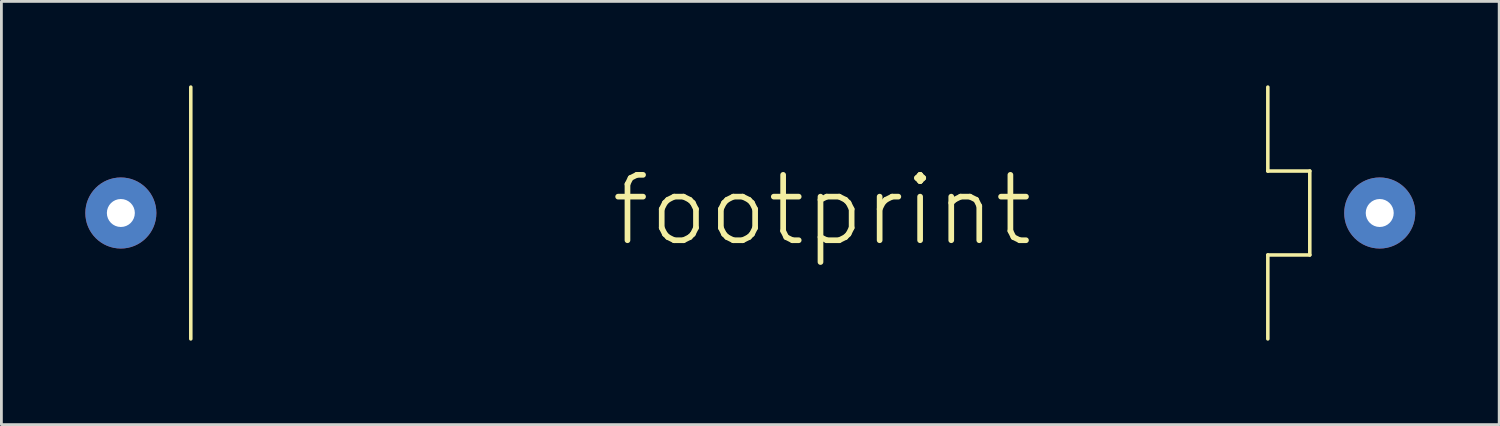
<source format=kicad_pcb>
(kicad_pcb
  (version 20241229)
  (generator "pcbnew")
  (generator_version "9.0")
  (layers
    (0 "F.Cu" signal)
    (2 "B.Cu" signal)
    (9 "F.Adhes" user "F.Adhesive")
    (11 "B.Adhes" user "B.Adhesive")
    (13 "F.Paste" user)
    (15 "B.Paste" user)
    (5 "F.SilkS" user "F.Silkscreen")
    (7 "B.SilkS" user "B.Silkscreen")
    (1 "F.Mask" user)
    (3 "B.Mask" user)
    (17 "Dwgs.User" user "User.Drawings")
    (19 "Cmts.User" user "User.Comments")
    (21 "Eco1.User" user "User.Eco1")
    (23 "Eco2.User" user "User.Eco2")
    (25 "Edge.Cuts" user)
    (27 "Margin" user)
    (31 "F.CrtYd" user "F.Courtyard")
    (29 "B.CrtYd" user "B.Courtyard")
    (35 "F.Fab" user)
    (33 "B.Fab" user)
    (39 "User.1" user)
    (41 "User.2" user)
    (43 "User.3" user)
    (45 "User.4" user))
  (footprint "footprint"
    (layer "F.Cu")
    (at 23.77 4.564)
    (property "Reference" "footprint" (at -5.08 1.27 0) (layer "F.SilkS") (effects (font (size 2.337 2.337) (thickness 0.203)) (justify left bottom)))
    (fp_line (start -20 -4.5) (end -20 4.5) (stroke (width 0.127) (type solid)) (layer "F.SilkS"))
    (fp_line (start 18.5 -1.5) (end 18.5 -4.5) (stroke (width 0.127) (type solid)) (layer "F.SilkS"))
    (fp_line (start 18.5 1.5) (end 20 1.5) (stroke (width 0.127) (type solid)) (layer "F.SilkS"))
    (fp_line (start 18.5 4.5) (end 18.5 1.5) (stroke (width 0.127) (type solid)) (layer "F.SilkS"))
    (fp_line (start 20 -1.5) (end 18.5 -1.5) (stroke (width 0.127) (type solid)) (layer "F.SilkS"))
    (fp_line (start 20 1.5) (end 20 -1.5) (stroke (width 0.127) (type solid)) (layer "F.SilkS"))
    (pad "+" thru_hole circle (at 22.5 0) (size 2.54 2.54) (drill 1) (layers "*.Cu" "*.Mask"))
    (pad "-" thru_hole circle (at -22.5 0) (size 2.54 2.54) (drill 1) (layers "*.Cu" "*.Mask")))
  (gr_rect
    (start -3 -3)
    (end 50.54 12.127)
    (stroke (width 0.1) (type default))
    (fill no)
    (layer "Edge.Cuts")))
</source>
